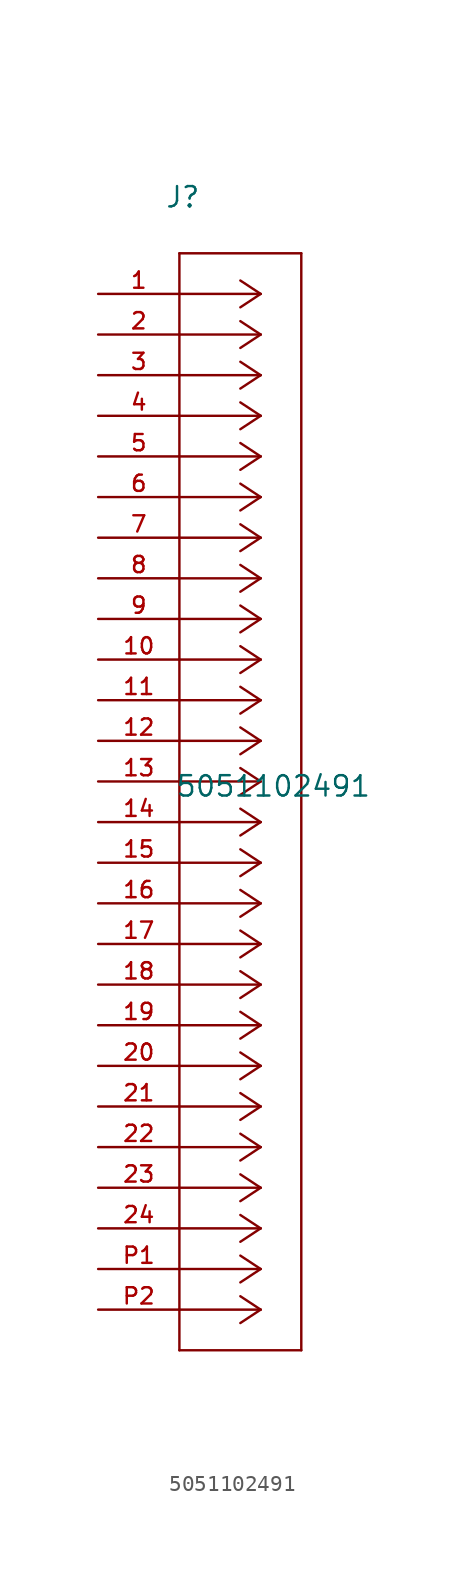
<source format=kicad_sym>
(kicad_symbol_lib
  (version 20211014)
  (generator kicad_symbol_editor)
  (symbol "5051102491"
    (pin_names
      (offset 1.016))
    (property "Reference" "J"
      (at 4.166 5.309 0.0)
      (effects (font (size 1.27 1.27)) (justify bottom left)))
    (property "Value" "5051102491"
      (at 4.801 -31.521 0.0)
      (effects (font (size 1.27 1.27)) (justify bottom left)))
    (symbol "5051102491_0_0"
      (polyline (pts (xy 10.16 0.0) (xy 5.08 0.0)) (stroke (width 0.152)))
      (polyline (pts (xy 10.16 -2.54) (xy 5.08 -2.54)) (stroke (width 0.152)))
      (polyline (pts (xy 10.16 -5.08) (xy 5.08 -5.08)) (stroke (width 0.152)))
      (polyline (pts (xy 10.16 -7.62) (xy 5.08 -7.62)) (stroke (width 0.152)))
      (polyline (pts (xy 10.16 -10.16) (xy 5.08 -10.16)) (stroke (width 0.152)))
      (polyline (pts (xy 10.16 -12.7) (xy 5.08 -12.7)) (stroke (width 0.152)))
      (polyline (pts (xy 10.16 -15.24) (xy 5.08 -15.24)) (stroke (width 0.152)))
      (polyline (pts (xy 10.16 -17.78) (xy 5.08 -17.78)) (stroke (width 0.152)))
      (polyline (pts (xy 10.16 -20.32) (xy 5.08 -20.32)) (stroke (width 0.152)))
      (polyline (pts (xy 10.16 -22.86) (xy 5.08 -22.86)) (stroke (width 0.152)))
      (polyline (pts (xy 10.16 -25.4) (xy 5.08 -25.4)) (stroke (width 0.152)))
      (polyline (pts (xy 10.16 -27.94) (xy 5.08 -27.94)) (stroke (width 0.152)))
      (polyline (pts (xy 10.16 -30.48) (xy 5.08 -30.48)) (stroke (width 0.152)))
      (polyline (pts (xy 10.16 -33.02) (xy 5.08 -33.02)) (stroke (width 0.152)))
      (polyline (pts (xy 10.16 -35.56) (xy 5.08 -35.56)) (stroke (width 0.152)))
      (polyline (pts (xy 10.16 -38.1) (xy 5.08 -38.1)) (stroke (width 0.152)))
      (polyline (pts (xy 10.16 -40.64) (xy 5.08 -40.64)) (stroke (width 0.152)))
      (polyline (pts (xy 10.16 -43.18) (xy 5.08 -43.18)) (stroke (width 0.152)))
      (polyline (pts (xy 10.16 -45.72) (xy 5.08 -45.72)) (stroke (width 0.152)))
      (polyline (pts (xy 10.16 -48.26) (xy 5.08 -48.26)) (stroke (width 0.152)))
      (polyline (pts (xy 10.16 -50.8) (xy 5.08 -50.8)) (stroke (width 0.152)))
      (polyline (pts (xy 10.16 -53.34) (xy 5.08 -53.34)) (stroke (width 0.152)))
      (polyline (pts (xy 10.16 -55.88) (xy 5.08 -55.88)) (stroke (width 0.152)))
      (polyline (pts (xy 10.16 -58.42) (xy 5.08 -58.42)) (stroke (width 0.152)))
      (polyline (pts (xy 10.16 -60.96) (xy 5.08 -60.96)) (stroke (width 0.152)))
      (polyline (pts (xy 10.16 -63.5) (xy 5.08 -63.5)) (stroke (width 0.152)))
      (polyline (pts (xy 10.16 0.0) (xy 8.89 0.838)) (stroke (width 0.152)))
      (polyline (pts (xy 10.16 -2.54) (xy 8.89 -1.702)) (stroke (width 0.152)))
      (polyline (pts (xy 10.16 -5.08) (xy 8.89 -4.242)) (stroke (width 0.152)))
      (polyline (pts (xy 10.16 -7.62) (xy 8.89 -6.782)) (stroke (width 0.152)))
      (polyline (pts (xy 10.16 -10.16) (xy 8.89 -9.322)) (stroke (width 0.152)))
      (polyline (pts (xy 10.16 -12.7) (xy 8.89 -11.862)) (stroke (width 0.152)))
      (polyline (pts (xy 10.16 -15.24) (xy 8.89 -14.402)) (stroke (width 0.152)))
      (polyline (pts (xy 10.16 -17.78) (xy 8.89 -16.942)) (stroke (width 0.152)))
      (polyline (pts (xy 10.16 -20.32) (xy 8.89 -19.482)) (stroke (width 0.152)))
      (polyline (pts (xy 10.16 -22.86) (xy 8.89 -22.022)) (stroke (width 0.152)))
      (polyline (pts (xy 10.16 -25.4) (xy 8.89 -24.562)) (stroke (width 0.152)))
      (polyline (pts (xy 10.16 -27.94) (xy 8.89 -27.102)) (stroke (width 0.152)))
      (polyline (pts (xy 10.16 -30.48) (xy 8.89 -29.642)) (stroke (width 0.152)))
      (polyline (pts (xy 10.16 -33.02) (xy 8.89 -32.182)) (stroke (width 0.152)))
      (polyline (pts (xy 10.16 -35.56) (xy 8.89 -34.722)) (stroke (width 0.152)))
      (polyline (pts (xy 10.16 -38.1) (xy 8.89 -37.262)) (stroke (width 0.152)))
      (polyline (pts (xy 10.16 -40.64) (xy 8.89 -39.802)) (stroke (width 0.152)))
      (polyline (pts (xy 10.16 -43.18) (xy 8.89 -42.342)) (stroke (width 0.152)))
      (polyline (pts (xy 10.16 -45.72) (xy 8.89 -44.882)) (stroke (width 0.152)))
      (polyline (pts (xy 10.16 -48.26) (xy 8.89 -47.422)) (stroke (width 0.152)))
      (polyline (pts (xy 10.16 -50.8) (xy 8.89 -49.962)) (stroke (width 0.152)))
      (polyline (pts (xy 10.16 -53.34) (xy 8.89 -52.502)) (stroke (width 0.152)))
      (polyline (pts (xy 10.16 -55.88) (xy 8.89 -55.042)) (stroke (width 0.152)))
      (polyline (pts (xy 10.16 -58.42) (xy 8.89 -57.582)) (stroke (width 0.152)))
      (polyline (pts (xy 10.16 -60.96) (xy 8.89 -60.122)) (stroke (width 0.152)))
      (polyline (pts (xy 10.16 -63.5) (xy 8.89 -62.662)) (stroke (width 0.152)))
      (polyline (pts (xy 10.16 0.0) (xy 8.89 -0.838)) (stroke (width 0.152)))
      (polyline (pts (xy 10.16 -2.54) (xy 8.89 -3.378)) (stroke (width 0.152)))
      (polyline (pts (xy 10.16 -5.08) (xy 8.89 -5.918)) (stroke (width 0.152)))
      (polyline (pts (xy 10.16 -7.62) (xy 8.89 -8.458)) (stroke (width 0.152)))
      (polyline (pts (xy 10.16 -10.16) (xy 8.89 -10.998)) (stroke (width 0.152)))
      (polyline (pts (xy 10.16 -12.7) (xy 8.89 -13.538)) (stroke (width 0.152)))
      (polyline (pts (xy 10.16 -15.24) (xy 8.89 -16.078)) (stroke (width 0.152)))
      (polyline (pts (xy 10.16 -17.78) (xy 8.89 -18.618)) (stroke (width 0.152)))
      (polyline (pts (xy 10.16 -20.32) (xy 8.89 -21.158)) (stroke (width 0.152)))
      (polyline (pts (xy 10.16 -22.86) (xy 8.89 -23.698)) (stroke (width 0.152)))
      (polyline (pts (xy 10.16 -25.4) (xy 8.89 -26.238)) (stroke (width 0.152)))
      (polyline (pts (xy 10.16 -27.94) (xy 8.89 -28.778)) (stroke (width 0.152)))
      (polyline (pts (xy 10.16 -30.48) (xy 8.89 -31.318)) (stroke (width 0.152)))
      (polyline (pts (xy 10.16 -33.02) (xy 8.89 -33.858)) (stroke (width 0.152)))
      (polyline (pts (xy 10.16 -35.56) (xy 8.89 -36.398)) (stroke (width 0.152)))
      (polyline (pts (xy 10.16 -38.1) (xy 8.89 -38.938)) (stroke (width 0.152)))
      (polyline (pts (xy 10.16 -40.64) (xy 8.89 -41.478)) (stroke (width 0.152)))
      (polyline (pts (xy 10.16 -43.18) (xy 8.89 -44.018)) (stroke (width 0.152)))
      (polyline (pts (xy 10.16 -45.72) (xy 8.89 -46.558)) (stroke (width 0.152)))
      (polyline (pts (xy 10.16 -48.26) (xy 8.89 -49.098)) (stroke (width 0.152)))
      (polyline (pts (xy 10.16 -50.8) (xy 8.89 -51.638)) (stroke (width 0.152)))
      (polyline (pts (xy 10.16 -53.34) (xy 8.89 -54.178)) (stroke (width 0.152)))
      (polyline (pts (xy 10.16 -55.88) (xy 8.89 -56.718)) (stroke (width 0.152)))
      (polyline (pts (xy 10.16 -58.42) (xy 8.89 -59.258)) (stroke (width 0.152)))
      (polyline (pts (xy 10.16 -60.96) (xy 8.89 -61.798)) (stroke (width 0.152)))
      (polyline (pts (xy 10.16 -63.5) (xy 8.89 -64.338)) (stroke (width 0.152)))
      (polyline (pts (xy 5.08 2.54) (xy 5.08 -66.04)) (stroke (width 0.152)))
      (polyline (pts (xy 5.08 -66.04) (xy 12.7 -66.04)) (stroke (width 0.152)))
      (polyline (pts (xy 12.7 -66.04) (xy 12.7 2.54)) (stroke (width 0.152)))
      (polyline (pts (xy 12.7 2.54) (xy 5.08 2.54)) (stroke (width 0.152)))
      (pin passive line (at 0.0 0.0 0) (length 5.08) (name "~" (effects (font (size 1.016 1.016)))) (number "1" (effects (font (size 1.016 1.016)))))
      (pin passive line (at 0.0 -2.54 0) (length 5.08) (name "~" (effects (font (size 1.016 1.016)))) (number "2" (effects (font (size 1.016 1.016)))))
      (pin passive line (at 0.0 -5.08 0) (length 5.08) (name "~" (effects (font (size 1.016 1.016)))) (number "3" (effects (font (size 1.016 1.016)))))
      (pin passive line (at 0.0 -7.62 0) (length 5.08) (name "~" (effects (font (size 1.016 1.016)))) (number "4" (effects (font (size 1.016 1.016)))))
      (pin passive line (at 0.0 -10.16 0) (length 5.08) (name "~" (effects (font (size 1.016 1.016)))) (number "5" (effects (font (size 1.016 1.016)))))
      (pin passive line (at 0.0 -12.7 0) (length 5.08) (name "~" (effects (font (size 1.016 1.016)))) (number "6" (effects (font (size 1.016 1.016)))))
      (pin passive line (at 0.0 -15.24 0) (length 5.08) (name "~" (effects (font (size 1.016 1.016)))) (number "7" (effects (font (size 1.016 1.016)))))
      (pin passive line (at 0.0 -17.78 0) (length 5.08) (name "~" (effects (font (size 1.016 1.016)))) (number "8" (effects (font (size 1.016 1.016)))))
      (pin passive line (at 0.0 -20.32 0) (length 5.08) (name "~" (effects (font (size 1.016 1.016)))) (number "9" (effects (font (size 1.016 1.016)))))
      (pin passive line (at 0.0 -22.86 0) (length 5.08) (name "~" (effects (font (size 1.016 1.016)))) (number "10" (effects (font (size 1.016 1.016)))))
      (pin passive line (at 0.0 -25.4 0) (length 5.08) (name "~" (effects (font (size 1.016 1.016)))) (number "11" (effects (font (size 1.016 1.016)))))
      (pin passive line (at 0.0 -27.94 0) (length 5.08) (name "~" (effects (font (size 1.016 1.016)))) (number "12" (effects (font (size 1.016 1.016)))))
      (pin passive line (at 0.0 -30.48 0) (length 5.08) (name "~" (effects (font (size 1.016 1.016)))) (number "13" (effects (font (size 1.016 1.016)))))
      (pin passive line (at 0.0 -33.02 0) (length 5.08) (name "~" (effects (font (size 1.016 1.016)))) (number "14" (effects (font (size 1.016 1.016)))))
      (pin passive line (at 0.0 -35.56 0) (length 5.08) (name "~" (effects (font (size 1.016 1.016)))) (number "15" (effects (font (size 1.016 1.016)))))
      (pin passive line (at 0.0 -38.1 0) (length 5.08) (name "~" (effects (font (size 1.016 1.016)))) (number "16" (effects (font (size 1.016 1.016)))))
      (pin passive line (at 0.0 -40.64 0) (length 5.08) (name "~" (effects (font (size 1.016 1.016)))) (number "17" (effects (font (size 1.016 1.016)))))
      (pin passive line (at 0.0 -43.18 0) (length 5.08) (name "~" (effects (font (size 1.016 1.016)))) (number "18" (effects (font (size 1.016 1.016)))))
      (pin passive line (at 0.0 -45.72 0) (length 5.08) (name "~" (effects (font (size 1.016 1.016)))) (number "19" (effects (font (size 1.016 1.016)))))
      (pin passive line (at 0.0 -48.26 0) (length 5.08) (name "~" (effects (font (size 1.016 1.016)))) (number "20" (effects (font (size 1.016 1.016)))))
      (pin passive line (at 0.0 -50.8 0) (length 5.08) (name "~" (effects (font (size 1.016 1.016)))) (number "21" (effects (font (size 1.016 1.016)))))
      (pin passive line (at 0.0 -53.34 0) (length 5.08) (name "~" (effects (font (size 1.016 1.016)))) (number "22" (effects (font (size 1.016 1.016)))))
      (pin passive line (at 0.0 -55.88 0) (length 5.08) (name "~" (effects (font (size 1.016 1.016)))) (number "23" (effects (font (size 1.016 1.016)))))
      (pin passive line (at 0.0 -58.42 0) (length 5.08) (name "~" (effects (font (size 1.016 1.016)))) (number "24" (effects (font (size 1.016 1.016)))))
      (pin passive line (at 0.0 -60.96 0) (length 5.08) (name "~" (effects (font (size 1.016 1.016)))) (number "P1" (effects (font (size 1.016 1.016)))))
      (pin passive line (at 0.0 -63.5 0) (length 5.08) (name "~" (effects (font (size 1.016 1.016)))) (number "P2" (effects (font (size 1.016 1.016))))))))
</source>
